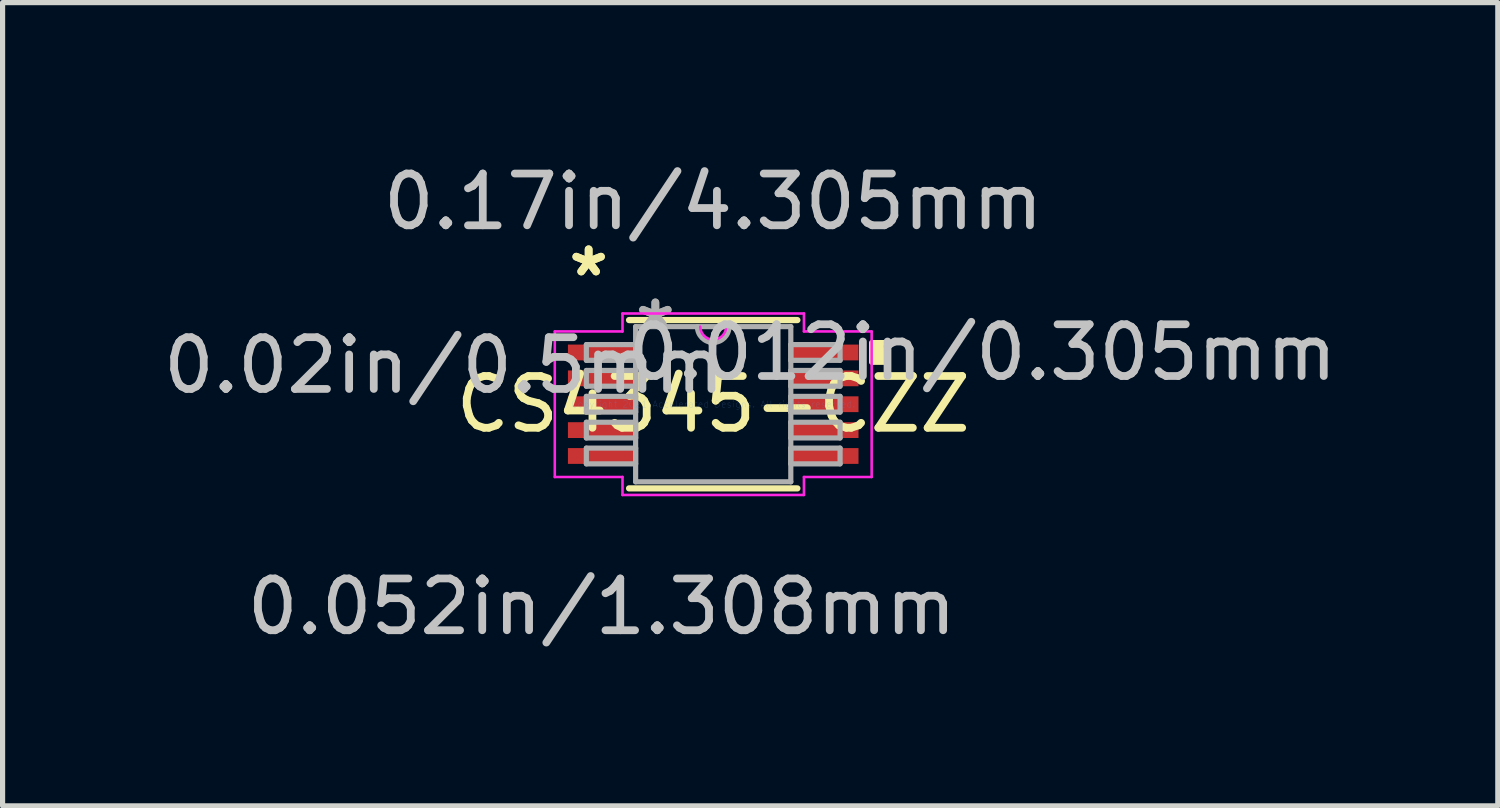
<source format=kicad_pcb>
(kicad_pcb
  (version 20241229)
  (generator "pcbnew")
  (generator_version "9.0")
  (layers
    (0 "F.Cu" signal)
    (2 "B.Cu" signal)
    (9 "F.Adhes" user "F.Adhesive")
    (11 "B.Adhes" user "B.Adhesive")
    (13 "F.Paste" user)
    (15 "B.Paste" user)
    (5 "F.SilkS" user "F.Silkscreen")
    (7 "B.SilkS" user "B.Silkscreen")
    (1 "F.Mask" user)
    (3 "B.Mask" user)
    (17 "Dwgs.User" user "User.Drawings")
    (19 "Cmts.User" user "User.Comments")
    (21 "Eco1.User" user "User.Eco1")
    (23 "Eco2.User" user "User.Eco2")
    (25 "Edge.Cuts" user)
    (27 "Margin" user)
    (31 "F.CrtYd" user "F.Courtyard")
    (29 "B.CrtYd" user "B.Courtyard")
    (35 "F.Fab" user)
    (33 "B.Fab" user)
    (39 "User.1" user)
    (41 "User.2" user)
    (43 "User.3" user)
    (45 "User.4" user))
  (footprint "CS4345-CZZ"
    (layer "F.Cu")
    (at 10.73 4.76)
    (property "Reference" "CS4345-CZZ" (at 0 0 0) (layer "F.SilkS") (effects (font (size 1 1) (thickness 0.15))))
    (attr through_hole)
    (fp_line (start -1.626 1.626) (end 1.626 1.626) (stroke (width 0.12) (type solid)) (layer "F.SilkS"))
    (fp_line (start 1.626 -1.626) (end -1.626 -1.626) (stroke (width 0.12) (type solid)) (layer "F.SilkS"))
    (fp_poly (pts (xy 3.315 -1.191) (xy 3.315 -0.81) (xy 3.061 -0.81) (xy 3.061 -1.191)) (stroke (width 0.1) (type solid)) (fill yes) (layer "F.SilkS"))
    (fp_line (start -3.061 -1.406) (end -1.753 -1.406) (stroke (width 0.05) (type solid)) (layer "F.CrtYd"))
    (fp_line (start -3.061 1.406) (end -3.061 -1.406) (stroke (width 0.05) (type solid)) (layer "F.CrtYd"))
    (fp_line (start -1.753 -1.753) (end 1.753 -1.753) (stroke (width 0.05) (type solid)) (layer "F.CrtYd"))
    (fp_line (start -1.753 -1.406) (end -1.753 -1.753) (stroke (width 0.05) (type solid)) (layer "F.CrtYd"))
    (fp_line (start -1.753 1.406) (end -3.061 1.406) (stroke (width 0.05) (type solid)) (layer "F.CrtYd"))
    (fp_line (start -1.753 1.753) (end -1.753 1.406) (stroke (width 0.05) (type solid)) (layer "F.CrtYd"))
    (fp_line (start 1.753 -1.753) (end 1.753 -1.406) (stroke (width 0.05) (type solid)) (layer "F.CrtYd"))
    (fp_line (start 1.753 -1.406) (end 3.061 -1.406) (stroke (width 0.05) (type solid)) (layer "F.CrtYd"))
    (fp_line (start 1.753 1.406) (end 1.753 1.753) (stroke (width 0.05) (type solid)) (layer "F.CrtYd"))
    (fp_line (start 1.753 1.753) (end -1.753 1.753) (stroke (width 0.05) (type solid)) (layer "F.CrtYd"))
    (fp_line (start 3.061 -1.406) (end 3.061 1.406) (stroke (width 0.05) (type solid)) (layer "F.CrtYd"))
    (fp_line (start 3.061 1.406) (end 1.753 1.406) (stroke (width 0.05) (type solid)) (layer "F.CrtYd"))
    (fp_arc (start 0.249767 -1.4986) (mid 0 -1.248833) (end -0.249767 -1.4986) (stroke (width 0.05) (type solid)) (layer "F.CrtYd"))
    (fp_line (start -2.451 -1.152) (end -2.451 -0.848) (stroke (width 0.1) (type solid)) (layer "F.Fab"))
    (fp_line (start -2.451 -0.848) (end -1.499 -0.848) (stroke (width 0.1) (type solid)) (layer "F.Fab"))
    (fp_line (start -2.451 -0.652) (end -2.451 -0.348) (stroke (width 0.1) (type solid)) (layer "F.Fab"))
    (fp_line (start -2.451 -0.348) (end -1.499 -0.348) (stroke (width 0.1) (type solid)) (layer "F.Fab"))
    (fp_line (start -2.451 -0.152) (end -2.451 0.152) (stroke (width 0.1) (type solid)) (layer "F.Fab"))
    (fp_line (start -2.451 0.152) (end -1.499 0.152) (stroke (width 0.1) (type solid)) (layer "F.Fab"))
    (fp_line (start -2.451 0.348) (end -2.451 0.652) (stroke (width 0.1) (type solid)) (layer "F.Fab"))
    (fp_line (start -2.451 0.652) (end -1.499 0.652) (stroke (width 0.1) (type solid)) (layer "F.Fab"))
    (fp_line (start -2.451 0.848) (end -2.451 1.152) (stroke (width 0.1) (type solid)) (layer "F.Fab"))
    (fp_line (start -2.451 1.152) (end -1.499 1.152) (stroke (width 0.1) (type solid)) (layer "F.Fab"))
    (fp_line (start -1.499 -1.499) (end -1.499 1.499) (stroke (width 0.1) (type solid)) (layer "F.Fab"))
    (fp_line (start -1.499 -1.152) (end -2.451 -1.152) (stroke (width 0.1) (type solid)) (layer "F.Fab"))
    (fp_line (start -1.499 -0.848) (end -1.499 -1.152) (stroke (width 0.1) (type solid)) (layer "F.Fab"))
    (fp_line (start -1.499 -0.652) (end -2.451 -0.652) (stroke (width 0.1) (type solid)) (layer "F.Fab"))
    (fp_line (start -1.499 -0.348) (end -1.499 -0.652) (stroke (width 0.1) (type solid)) (layer "F.Fab"))
    (fp_line (start -1.499 -0.152) (end -2.451 -0.152) (stroke (width 0.1) (type solid)) (layer "F.Fab"))
    (fp_line (start -1.499 0.152) (end -1.499 -0.152) (stroke (width 0.1) (type solid)) (layer "F.Fab"))
    (fp_line (start -1.499 0.348) (end -2.451 0.348) (stroke (width 0.1) (type solid)) (layer "F.Fab"))
    (fp_line (start -1.499 0.652) (end -1.499 0.348) (stroke (width 0.1) (type solid)) (layer "F.Fab"))
    (fp_line (start -1.499 0.848) (end -2.451 0.848) (stroke (width 0.1) (type solid)) (layer "F.Fab"))
    (fp_line (start -1.499 1.152) (end -1.499 0.848) (stroke (width 0.1) (type solid)) (layer "F.Fab"))
    (fp_line (start -1.499 1.499) (end 1.499 1.499) (stroke (width 0.1) (type solid)) (layer "F.Fab"))
    (fp_line (start 1.499 -1.499) (end -1.499 -1.499) (stroke (width 0.1) (type solid)) (layer "F.Fab"))
    (fp_line (start 1.499 -1.152) (end 1.499 -0.848) (stroke (width 0.1) (type solid)) (layer "F.Fab"))
    (fp_line (start 1.499 -0.848) (end 2.451 -0.848) (stroke (width 0.1) (type solid)) (layer "F.Fab"))
    (fp_line (start 1.499 -0.652) (end 1.499 -0.348) (stroke (width 0.1) (type solid)) (layer "F.Fab"))
    (fp_line (start 1.499 -0.348) (end 2.451 -0.348) (stroke (width 0.1) (type solid)) (layer "F.Fab"))
    (fp_line (start 1.499 -0.152) (end 1.499 0.152) (stroke (width 0.1) (type solid)) (layer "F.Fab"))
    (fp_line (start 1.499 0.152) (end 2.451 0.152) (stroke (width 0.1) (type solid)) (layer "F.Fab"))
    (fp_line (start 1.499 0.348) (end 1.499 0.652) (stroke (width 0.1) (type solid)) (layer "F.Fab"))
    (fp_line (start 1.499 0.652) (end 2.451 0.652) (stroke (width 0.1) (type solid)) (layer "F.Fab"))
    (fp_line (start 1.499 0.848) (end 1.499 1.152) (stroke (width 0.1) (type solid)) (layer "F.Fab"))
    (fp_line (start 1.499 1.152) (end 2.451 1.152) (stroke (width 0.1) (type solid)) (layer "F.Fab"))
    (fp_line (start 1.499 1.499) (end 1.499 -1.499) (stroke (width 0.1) (type solid)) (layer "F.Fab"))
    (fp_line (start 2.451 -1.152) (end 1.499 -1.152) (stroke (width 0.1) (type solid)) (layer "F.Fab"))
    (fp_line (start 2.451 -0.848) (end 2.451 -1.152) (stroke (width 0.1) (type solid)) (layer "F.Fab"))
    (fp_line (start 2.451 -0.652) (end 1.499 -0.652) (stroke (width 0.1) (type solid)) (layer "F.Fab"))
    (fp_line (start 2.451 -0.348) (end 2.451 -0.652) (stroke (width 0.1) (type solid)) (layer "F.Fab"))
    (fp_line (start 2.451 -0.152) (end 1.499 -0.152) (stroke (width 0.1) (type solid)) (layer "F.Fab"))
    (fp_line (start 2.451 0.152) (end 2.451 -0.152) (stroke (width 0.1) (type solid)) (layer "F.Fab"))
    (fp_line (start 2.451 0.348) (end 1.499 0.348) (stroke (width 0.1) (type solid)) (layer "F.Fab"))
    (fp_line (start 2.451 0.652) (end 2.451 0.348) (stroke (width 0.1) (type solid)) (layer "F.Fab"))
    (fp_line (start 2.451 0.848) (end 1.499 0.848) (stroke (width 0.1) (type solid)) (layer "F.Fab"))
    (fp_line (start 2.451 1.152) (end 2.451 0.848) (stroke (width 0.1) (type solid)) (layer "F.Fab"))
    (fp_arc (start 0.3048 -1.4986) (mid 0 -1.1938) (end -0.3048 -1.4986) (stroke (width 0.1) (type solid)) (layer "F.Fab"))
    (fp_text user "*" (at -2.407 -2.448 0) (layer "F.SilkS") (effects (font (size 1 1) (thickness 0.15))))
    (fp_text user "*" (at -2.407 -2.448 0) (layer "F.SilkS") (effects (font (size 1 1) (thickness 0.15))))
    (fp_text user "0.052in/1.308mm" (at -2.153 3.912 0) (layer "Dwgs.User") (effects (font (size 1 1) (thickness 0.15))))
    (fp_text user "0.012in/0.305mm" (at 5.201 -1 0) (layer "Dwgs.User") (effects (font (size 1 1) (thickness 0.15))))
    (fp_text user "0.02in/0.5mm" (at -5.201 -0.75 0) (layer "Dwgs.User") (effects (font (size 1 1) (thickness 0.15))))
    (fp_text user "0.17in/4.305mm" (at 0 -3.912 0) (layer "Dwgs.User") (effects (font (size 1 1) (thickness 0.15))))
    (fp_text user "Copyright 2021 Accelerated Designs. All rights reserved." (at 0 0 0) (layer "Cmts.User") (effects (font (size 0.127 0.127) (thickness 0.002))))
    (fp_text user "*" (at -1.118 -1.422 0) (layer "F.Fab") (effects (font (size 1 1) (thickness 0.15))))
    (fp_text user "*" (at -1.118 -1.422 0) (layer "F.Fab") (effects (font (size 1 1) (thickness 0.15))))
    (pad "1" smd rect (at -2.153 -1) (size 1.308 0.305) (layers "F.Cu" "F.Mask" "F.Paste"))
    (pad "2" smd rect (at -2.153 -0.5) (size 1.308 0.305) (layers "F.Cu" "F.Mask" "F.Paste"))
    (pad "3" smd rect (at -2.153 0) (size 1.308 0.305) (layers "F.Cu" "F.Mask" "F.Paste"))
    (pad "4" smd rect (at -2.153 0.5) (size 1.308 0.305) (layers "F.Cu" "F.Mask" "F.Paste"))
    (pad "5" smd rect (at -2.153 1) (size 1.308 0.305) (layers "F.Cu" "F.Mask" "F.Paste"))
    (pad "6" smd rect (at 2.153 1) (size 1.308 0.305) (layers "F.Cu" "F.Mask" "F.Paste"))
    (pad "7" smd rect (at 2.153 0.5) (size 1.308 0.305) (layers "F.Cu" "F.Mask" "F.Paste"))
    (pad "8" smd rect (at 2.153 0) (size 1.308 0.305) (layers "F.Cu" "F.Mask" "F.Paste"))
    (pad "9" smd rect (at 2.153 -0.5) (size 1.308 0.305) (layers "F.Cu" "F.Mask" "F.Paste"))
    (pad "10" smd rect (at 2.153 -1) (size 1.308 0.305) (layers "F.Cu" "F.Mask" "F.Paste")))
  (gr_rect
    (start -3 -3)
    (end 25.889 12.52)
    (stroke (width 0.1) (type default))
    (fill no)
    (layer "Edge.Cuts")))
</source>
